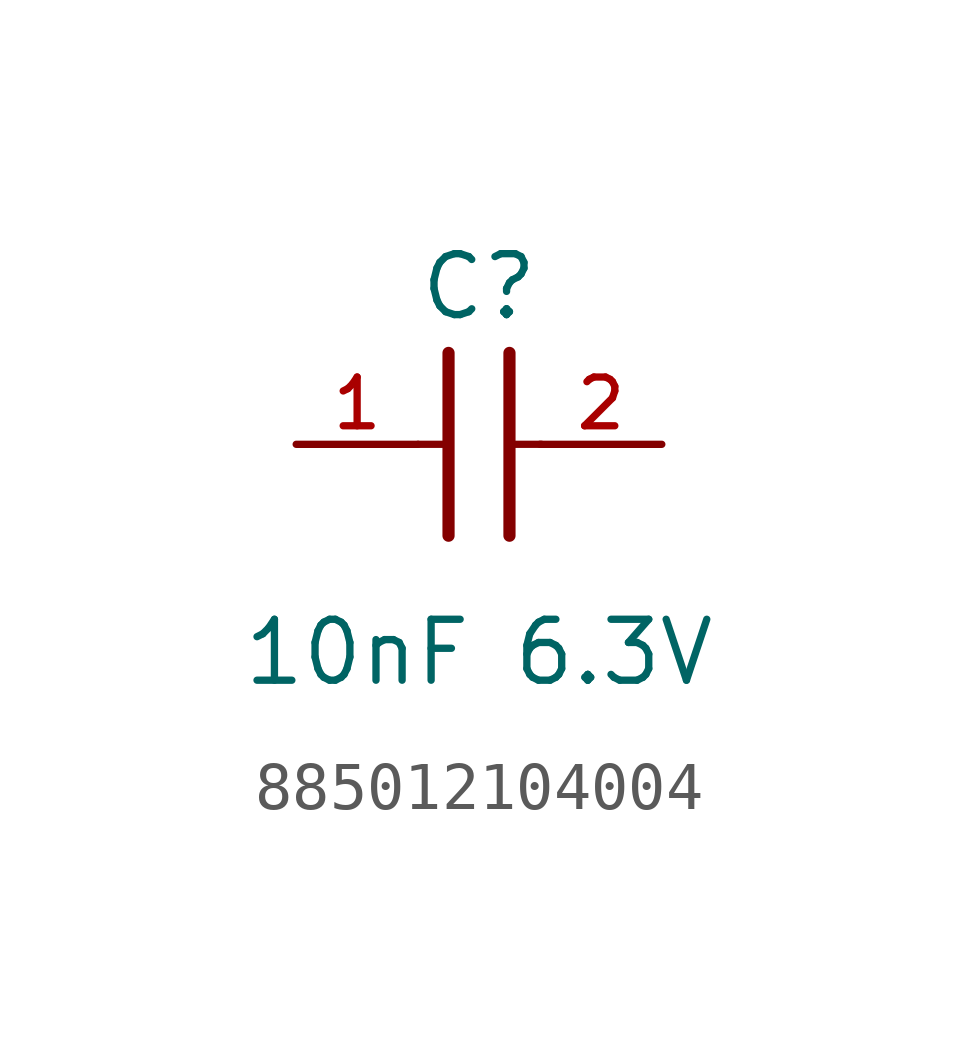
<source format=kicad_sym>
(kicad_symbol_lib
  (version 20231120)
  (generator "kicad_symbol_editor")
  (generator_version "8.0")
  (symbol "885012104004"
    (pin_names
      (offset 1.016))
    (property "Reference" "C"
      (at 1.27 2.54 0)
      (effects (font (size 1.27 1.27)) (justify bottom)))
    (property "Value" "10nF 6.3V"
      (at 1.27 -5.08 0)
      (effects (font (size 1.27 1.27)) (justify bottom)))
    (symbol "885012104004_0_0"
      (polyline (pts (xy 0 0) (xy 0.643 0)) (stroke (width 0.152) (type default)) (fill (type none)))
      (polyline (pts (xy 0.635 -1.905) (xy 0.635 1.905)) (stroke (width 0.254) (type default)) (fill (type none)))
      (polyline (pts (xy 1.905 1.905) (xy 1.905 -1.905)) (stroke (width 0.254) (type default)) (fill (type none)))
      (polyline (pts (xy 1.928 0) (xy 2.571 0)) (stroke (width 0.152) (type default)) (fill (type none)))
      (pin passive line (at -2.54 0 0) (length 2.54) (name "~" (effects (font (size 1.016 1.016)))) (number "1" (effects (font (size 1.016 1.016)))))
      (pin passive line (at 5.08 0 180) (length 2.54) (name "~" (effects (font (size 1.016 1.016)))) (number "2" (effects (font (size 1.016 1.016))))))))
</source>
